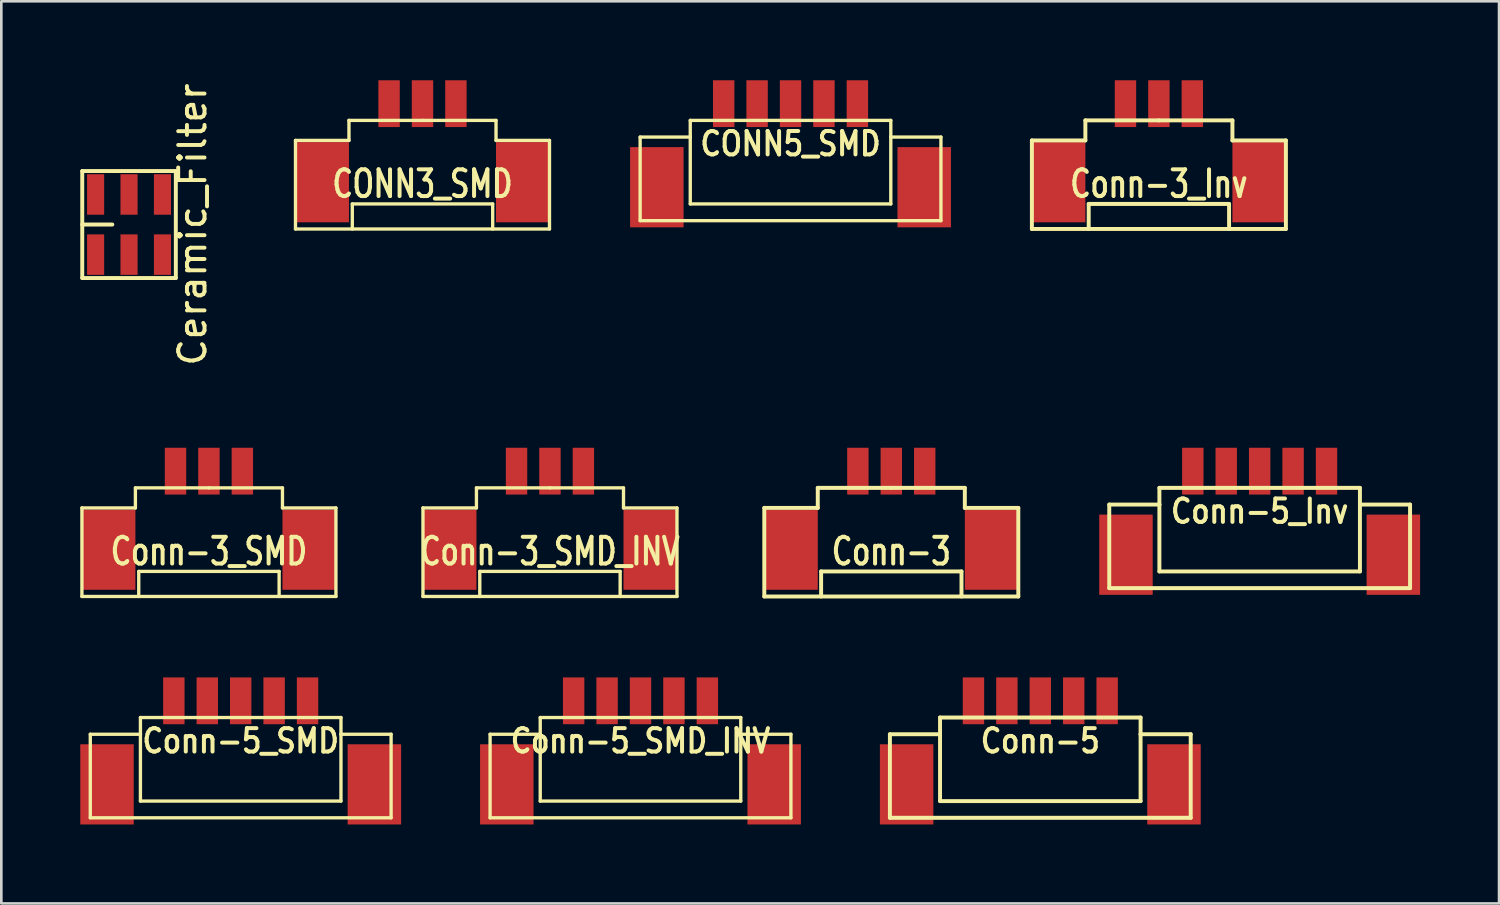
<source format=kicad_pcb>
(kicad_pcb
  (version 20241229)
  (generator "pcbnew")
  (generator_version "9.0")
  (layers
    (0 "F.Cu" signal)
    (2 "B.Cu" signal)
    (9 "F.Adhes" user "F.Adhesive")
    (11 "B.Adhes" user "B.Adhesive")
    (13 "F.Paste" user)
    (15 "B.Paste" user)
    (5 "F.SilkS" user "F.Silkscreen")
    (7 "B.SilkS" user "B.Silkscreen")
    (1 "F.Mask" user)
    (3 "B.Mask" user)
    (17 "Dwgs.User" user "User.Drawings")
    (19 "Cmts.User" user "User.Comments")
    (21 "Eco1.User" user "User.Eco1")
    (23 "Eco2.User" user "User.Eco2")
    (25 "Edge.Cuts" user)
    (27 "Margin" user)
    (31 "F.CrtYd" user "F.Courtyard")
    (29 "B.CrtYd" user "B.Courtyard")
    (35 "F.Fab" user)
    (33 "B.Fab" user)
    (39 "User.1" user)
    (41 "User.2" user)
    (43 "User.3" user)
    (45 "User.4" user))
  (footprint "Conn-3_Inv"
    (layer "F.Cu")
    (at 40.986 4.318)
    (property "Reference" "Conn-3_Inv" (at 0 -0.381 0) (layer "F.SilkS") (effects (font (size 1.016 0.762) (thickness 0.152))))
    (attr smd)
    (fp_line (start -4.826 -2.032) (end -2.794 -2.032) (stroke (width 0.15) (type solid)) (layer "F.SilkS"))
    (fp_line (start -4.826 1.333) (end -4.826 -2.032) (stroke (width 0.15) (type solid)) (layer "F.SilkS"))
    (fp_line (start -2.794 -2.794) (end 0 -2.794) (stroke (width 0.15) (type solid)) (layer "F.SilkS"))
    (fp_line (start -2.794 -2.032) (end -2.794 -2.794) (stroke (width 0.15) (type solid)) (layer "F.SilkS"))
    (fp_line (start -2.667 0.381) (end -2.667 1.333) (stroke (width 0.15) (type solid)) (layer "F.SilkS"))
    (fp_line (start 0 -2.794) (end 2.794 -2.794) (stroke (width 0.15) (type solid)) (layer "F.SilkS"))
    (fp_line (start 2.667 0.381) (end -2.667 0.381) (stroke (width 0.15) (type solid)) (layer "F.SilkS"))
    (fp_line (start 2.667 1.333) (end 2.667 0.381) (stroke (width 0.15) (type solid)) (layer "F.SilkS"))
    (fp_line (start 2.794 -2.794) (end 2.794 -2.032) (stroke (width 0.15) (type solid)) (layer "F.SilkS"))
    (fp_line (start 2.794 -2.032) (end 4.826 -2.032) (stroke (width 0.15) (type solid)) (layer "F.SilkS"))
    (fp_line (start 4.826 -2.032) (end 4.826 1.333) (stroke (width 0.15) (type solid)) (layer "F.SilkS"))
    (fp_line (start 4.826 1.333) (end -4.826 1.333) (stroke (width 0.15) (type solid)) (layer "F.SilkS"))
    (pad "" smd rect (at -3.81 -0.445) (size 2.032 3.048) (layers "F.Cu" "F.Mask" "F.Paste"))
    (pad "" smd rect (at 3.81 -0.445) (size 2.032 3.048) (layers "F.Cu" "F.Mask" "F.Paste"))
    (pad "1" smd rect (at 1.27 -3.429) (size 0.813 1.778) (layers "F.Cu" "F.Mask" "F.Paste"))
    (pad "2" smd rect (at 0 -3.429) (size 0.813 1.778) (layers "F.Cu" "F.Mask" "F.Paste"))
    (pad "3" smd rect (at -1.27 -3.429) (size 0.813 1.778) (layers "F.Cu" "F.Mask" "F.Paste")))
  (footprint "Ceramic_Filter"
    (layer "F.Cu")
    (at 1.853 5.482)
    (property "Reference" "Ceramic_Filter" (at 2.413 0 90) (layer "F.SilkS") (effects (font (size 1 1) (thickness 0.15))))
    (attr through_hole)
    (fp_line (start -1.778 -2.032) (end 1.778 -2.032) (stroke (width 0.15) (type solid)) (layer "F.SilkS"))
    (fp_line (start -1.778 0) (end -0.635 0) (stroke (width 0.15) (type solid)) (layer "F.SilkS"))
    (fp_line (start -1.778 2.032) (end -1.778 -2.032) (stroke (width 0.15) (type solid)) (layer "F.SilkS"))
    (fp_line (start 1.778 -2.032) (end 1.778 2.032) (stroke (width 0.15) (type solid)) (layer "F.SilkS"))
    (fp_line (start 1.778 2.032) (end -1.778 2.032) (stroke (width 0.15) (type solid)) (layer "F.SilkS"))
    (pad "1" smd rect (at -1.27 1.143) (size 0.65 1.539) (layers "F.Cu" "F.Mask" "F.Paste"))
    (pad "2" smd rect (at 0 1.143) (size 0.65 1.539) (layers "F.Cu" "F.Mask" "F.Paste"))
    (pad "3" smd rect (at 1.27 1.143) (size 0.65 1.539) (layers "F.Cu" "F.Mask" "F.Paste"))
    (pad "4" smd rect (at 1.27 -1.143) (size 0.65 1.539) (layers "F.Cu" "F.Mask" "F.Paste"))
    (pad "5" smd rect (at 0 -1.143) (size 0.65 1.539) (layers "F.Cu" "F.Mask" "F.Paste"))
    (pad "6" smd rect (at -1.27 -1.143) (size 0.65 1.539) (layers "F.Cu" "F.Mask" "F.Paste")))
  (footprint "Conn-5_SMD"
    (layer "F.Cu")
    (at 6.096 23.58)
    (property "Reference" "Conn-5_SMD" (at 0 1.524 0) (layer "F.SilkS") (effects (font (size 0.889 0.762) (thickness 0.152))))
    (attr smd)
    (fp_line (start -5.715 1.27) (end -3.81 1.27) (stroke (width 0.127) (type solid)) (layer "F.SilkS"))
    (fp_line (start -5.715 4.445) (end -5.715 1.27) (stroke (width 0.127) (type solid)) (layer "F.SilkS"))
    (fp_line (start -3.81 0.635) (end 3.81 0.635) (stroke (width 0.127) (type solid)) (layer "F.SilkS"))
    (fp_line (start -3.81 1.27) (end -3.81 0.635) (stroke (width 0.127) (type solid)) (layer "F.SilkS"))
    (fp_line (start -3.81 3.81) (end -3.81 1.27) (stroke (width 0.127) (type solid)) (layer "F.SilkS"))
    (fp_line (start 3.81 0.635) (end 3.81 1.27) (stroke (width 0.127) (type solid)) (layer "F.SilkS"))
    (fp_line (start 3.81 1.27) (end 3.81 3.81) (stroke (width 0.127) (type solid)) (layer "F.SilkS"))
    (fp_line (start 3.81 1.27) (end 5.715 1.27) (stroke (width 0.127) (type solid)) (layer "F.SilkS"))
    (fp_line (start 3.81 3.81) (end -3.81 3.81) (stroke (width 0.127) (type solid)) (layer "F.SilkS"))
    (fp_line (start 5.715 4.445) (end -5.715 4.445) (stroke (width 0.127) (type solid)) (layer "F.SilkS"))
    (fp_line (start 5.715 4.445) (end 5.715 1.27) (stroke (width 0.127) (type solid)) (layer "F.SilkS"))
    (pad "" smd rect (at -5.08 3.175) (size 2.032 3.048) (layers "F.Cu" "F.Mask" "F.Paste"))
    (pad "" smd rect (at 5.08 3.175) (size 2.032 3.048) (layers "F.Cu" "F.Mask" "F.Paste"))
    (pad "1" smd rect (at -2.54 0) (size 0.813 1.778) (layers "F.Cu" "F.Mask" "F.Paste"))
    (pad "2" smd rect (at -1.27 0) (size 0.813 1.778) (layers "F.Cu" "F.Mask" "F.Paste"))
    (pad "3" smd rect (at 0 0) (size 0.813 1.778) (layers "F.Cu" "F.Mask" "F.Paste"))
    (pad "4" smd rect (at 1.27 0) (size 0.813 1.778) (layers "F.Cu" "F.Mask" "F.Paste"))
    (pad "5" smd rect (at 2.54 0) (size 0.813 1.778) (layers "F.Cu" "F.Mask" "F.Paste")))
  (footprint "CONN5_SMD"
    (layer "F.Cu")
    (at 26.989 0.889)
    (property "Reference" "CONN5_SMD" (at 0 1.524 0) (layer "F.SilkS") (effects (font (size 0.889 0.762) (thickness 0.152))))
    (attr smd)
    (fp_line (start -5.715 1.27) (end -3.81 1.27) (stroke (width 0.127) (type solid)) (layer "F.SilkS"))
    (fp_line (start -5.715 4.445) (end -5.715 1.27) (stroke (width 0.127) (type solid)) (layer "F.SilkS"))
    (fp_line (start -3.81 0.635) (end 3.81 0.635) (stroke (width 0.127) (type solid)) (layer "F.SilkS"))
    (fp_line (start -3.81 1.27) (end -3.81 0.635) (stroke (width 0.127) (type solid)) (layer "F.SilkS"))
    (fp_line (start -3.81 3.81) (end -3.81 1.27) (stroke (width 0.127) (type solid)) (layer "F.SilkS"))
    (fp_line (start 3.81 0.635) (end 3.81 1.27) (stroke (width 0.127) (type solid)) (layer "F.SilkS"))
    (fp_line (start 3.81 1.27) (end 3.81 3.81) (stroke (width 0.127) (type solid)) (layer "F.SilkS"))
    (fp_line (start 3.81 1.27) (end 5.715 1.27) (stroke (width 0.127) (type solid)) (layer "F.SilkS"))
    (fp_line (start 3.81 3.81) (end -3.81 3.81) (stroke (width 0.127) (type solid)) (layer "F.SilkS"))
    (fp_line (start 5.715 4.445) (end -5.715 4.445) (stroke (width 0.127) (type solid)) (layer "F.SilkS"))
    (fp_line (start 5.715 4.445) (end 5.715 1.27) (stroke (width 0.127) (type solid)) (layer "F.SilkS"))
    (pad "" smd rect (at -5.08 3.175) (size 2.032 3.048) (layers "F.Cu" "F.Mask" "F.Paste"))
    (pad "" smd rect (at 5.08 3.175) (size 2.032 3.048) (layers "F.Cu" "F.Mask" "F.Paste"))
    (pad "1" smd rect (at -2.54 0) (size 0.813 1.778) (layers "F.Cu" "F.Mask" "F.Paste"))
    (pad "2" smd rect (at -1.27 0) (size 0.813 1.778) (layers "F.Cu" "F.Mask" "F.Paste"))
    (pad "3" smd rect (at 0 0) (size 0.813 1.778) (layers "F.Cu" "F.Mask" "F.Paste"))
    (pad "4" smd rect (at 1.27 0) (size 0.813 1.778) (layers "F.Cu" "F.Mask" "F.Paste"))
    (pad "5" smd rect (at 2.54 0) (size 0.813 1.778) (layers "F.Cu" "F.Mask" "F.Paste")))
  (footprint "Conn-3"
    (layer "F.Cu")
    (at 30.818 18.282)
    (property "Reference" "Conn-3" (at 0 -0.381 0) (layer "F.SilkS") (effects (font (size 1.016 0.762) (thickness 0.152))))
    (attr smd)
    (fp_line (start -4.826 -2.032) (end -2.794 -2.032) (stroke (width 0.15) (type solid)) (layer "F.SilkS"))
    (fp_line (start -4.826 1.333) (end -4.826 -2.032) (stroke (width 0.15) (type solid)) (layer "F.SilkS"))
    (fp_line (start -2.794 -2.794) (end 0 -2.794) (stroke (width 0.15) (type solid)) (layer "F.SilkS"))
    (fp_line (start -2.794 -2.032) (end -2.794 -2.794) (stroke (width 0.15) (type solid)) (layer "F.SilkS"))
    (fp_line (start -2.667 0.381) (end -2.667 1.333) (stroke (width 0.15) (type solid)) (layer "F.SilkS"))
    (fp_line (start 0 -2.794) (end 2.794 -2.794) (stroke (width 0.15) (type solid)) (layer "F.SilkS"))
    (fp_line (start 2.667 0.381) (end -2.667 0.381) (stroke (width 0.15) (type solid)) (layer "F.SilkS"))
    (fp_line (start 2.667 1.333) (end 2.667 0.381) (stroke (width 0.15) (type solid)) (layer "F.SilkS"))
    (fp_line (start 2.794 -2.794) (end 2.794 -2.032) (stroke (width 0.15) (type solid)) (layer "F.SilkS"))
    (fp_line (start 2.794 -2.032) (end 4.826 -2.032) (stroke (width 0.15) (type solid)) (layer "F.SilkS"))
    (fp_line (start 4.826 -2.032) (end 4.826 1.333) (stroke (width 0.15) (type solid)) (layer "F.SilkS"))
    (fp_line (start 4.826 1.333) (end -4.826 1.333) (stroke (width 0.15) (type solid)) (layer "F.SilkS"))
    (pad "" smd rect (at -3.81 -0.445) (size 2.032 3.048) (layers "F.Cu" "F.Mask" "F.Paste"))
    (pad "" smd rect (at 3.81 -0.445) (size 2.032 3.048) (layers "F.Cu" "F.Mask" "F.Paste"))
    (pad "1" smd rect (at -1.27 -3.429) (size 0.813 1.778) (layers "F.Cu" "F.Mask" "F.Paste"))
    (pad "2" smd rect (at 0 -3.429) (size 0.813 1.778) (layers "F.Cu" "F.Mask" "F.Paste"))
    (pad "3" smd rect (at 1.27 -3.429) (size 0.813 1.778) (layers "F.Cu" "F.Mask" "F.Paste")))
  (footprint "Conn-5"
    (layer "F.Cu")
    (at 36.48 23.58)
    (property "Reference" "Conn-5" (at 0 1.524 0) (layer "F.SilkS") (effects (font (size 0.889 0.762) (thickness 0.152))))
    (attr smd)
    (fp_line (start -5.715 1.27) (end -3.81 1.27) (stroke (width 0.15) (type solid)) (layer "F.SilkS"))
    (fp_line (start -5.715 4.445) (end -5.715 1.27) (stroke (width 0.15) (type solid)) (layer "F.SilkS"))
    (fp_line (start -3.81 0.635) (end 3.81 0.635) (stroke (width 0.15) (type solid)) (layer "F.SilkS"))
    (fp_line (start -3.81 1.27) (end -3.81 0.635) (stroke (width 0.15) (type solid)) (layer "F.SilkS"))
    (fp_line (start -3.81 3.81) (end -3.81 1.27) (stroke (width 0.15) (type solid)) (layer "F.SilkS"))
    (fp_line (start 3.81 0.635) (end 3.81 1.27) (stroke (width 0.15) (type solid)) (layer "F.SilkS"))
    (fp_line (start 3.81 1.27) (end 3.81 3.81) (stroke (width 0.15) (type solid)) (layer "F.SilkS"))
    (fp_line (start 3.81 1.27) (end 5.715 1.27) (stroke (width 0.15) (type solid)) (layer "F.SilkS"))
    (fp_line (start 3.81 3.81) (end -3.81 3.81) (stroke (width 0.15) (type solid)) (layer "F.SilkS"))
    (fp_line (start 5.715 4.445) (end -5.715 4.445) (stroke (width 0.15) (type solid)) (layer "F.SilkS"))
    (fp_line (start 5.715 4.445) (end 5.715 1.27) (stroke (width 0.15) (type solid)) (layer "F.SilkS"))
    (pad "" smd rect (at -5.08 3.175) (size 2.032 3.048) (layers "F.Cu" "F.Mask" "F.Paste"))
    (pad "" smd rect (at 5.08 3.175) (size 2.032 3.048) (layers "F.Cu" "F.Mask" "F.Paste"))
    (pad "1" smd rect (at -2.54 0) (size 0.813 1.778) (layers "F.Cu" "F.Mask" "F.Paste"))
    (pad "2" smd rect (at -1.27 0) (size 0.813 1.778) (layers "F.Cu" "F.Mask" "F.Paste"))
    (pad "3" smd rect (at 0 0) (size 0.813 1.778) (layers "F.Cu" "F.Mask" "F.Paste"))
    (pad "4" smd rect (at 1.27 0) (size 0.813 1.778) (layers "F.Cu" "F.Mask" "F.Paste"))
    (pad "5" smd rect (at 2.54 0) (size 0.813 1.778) (layers "F.Cu" "F.Mask" "F.Paste")))
  (footprint "Conn-3_SMD_INV"
    (layer "F.Cu")
    (at 17.848 18.282)
    (property "Reference" "Conn-3_SMD_INV" (at 0 -0.381 0) (layer "F.SilkS") (effects (font (size 1.016 0.762) (thickness 0.152))))
    (attr smd)
    (fp_line (start -4.826 -2.032) (end -2.794 -2.032) (stroke (width 0.127) (type solid)) (layer "F.SilkS"))
    (fp_line (start -4.826 1.333) (end -4.826 -2.032) (stroke (width 0.127) (type solid)) (layer "F.SilkS"))
    (fp_line (start -2.794 -2.794) (end 0 -2.794) (stroke (width 0.127) (type solid)) (layer "F.SilkS"))
    (fp_line (start -2.794 -2.032) (end -2.794 -2.794) (stroke (width 0.127) (type solid)) (layer "F.SilkS"))
    (fp_line (start -2.667 0.381) (end -2.667 1.333) (stroke (width 0.127) (type solid)) (layer "F.SilkS"))
    (fp_line (start 0 -2.794) (end 2.794 -2.794) (stroke (width 0.127) (type solid)) (layer "F.SilkS"))
    (fp_line (start 2.667 0.381) (end -2.667 0.381) (stroke (width 0.127) (type solid)) (layer "F.SilkS"))
    (fp_line (start 2.667 1.333) (end 2.667 0.381) (stroke (width 0.127) (type solid)) (layer "F.SilkS"))
    (fp_line (start 2.794 -2.794) (end 2.794 -2.032) (stroke (width 0.127) (type solid)) (layer "F.SilkS"))
    (fp_line (start 2.794 -2.032) (end 4.826 -2.032) (stroke (width 0.127) (type solid)) (layer "F.SilkS"))
    (fp_line (start 4.826 -2.032) (end 4.826 1.333) (stroke (width 0.127) (type solid)) (layer "F.SilkS"))
    (fp_line (start 4.826 1.333) (end -4.826 1.333) (stroke (width 0.127) (type solid)) (layer "F.SilkS"))
    (pad "" smd rect (at -3.81 -0.445) (size 2.032 3.048) (layers "F.Cu" "F.Mask" "F.Paste"))
    (pad "" smd rect (at 3.81 -0.445) (size 2.032 3.048) (layers "F.Cu" "F.Mask" "F.Paste"))
    (pad "1" smd rect (at 1.27 -3.429) (size 0.813 1.778) (layers "F.Cu" "F.Mask" "F.Paste"))
    (pad "2" smd rect (at 0 -3.429) (size 0.813 1.778) (layers "F.Cu" "F.Mask" "F.Paste"))
    (pad "3" smd rect (at -1.27 -3.429) (size 0.813 1.778) (layers "F.Cu" "F.Mask" "F.Paste")))
  (footprint "Conn-3_SMD"
    (layer "F.Cu")
    (at 4.889 18.282)
    (property "Reference" "Conn-3_SMD" (at 0 -0.381 0) (layer "F.SilkS") (effects (font (size 1.016 0.762) (thickness 0.152))))
    (attr smd)
    (fp_line (start -4.826 -2.032) (end -2.794 -2.032) (stroke (width 0.127) (type solid)) (layer "F.SilkS"))
    (fp_line (start -4.826 1.333) (end -4.826 -2.032) (stroke (width 0.127) (type solid)) (layer "F.SilkS"))
    (fp_line (start -2.794 -2.794) (end 0 -2.794) (stroke (width 0.127) (type solid)) (layer "F.SilkS"))
    (fp_line (start -2.794 -2.032) (end -2.794 -2.794) (stroke (width 0.127) (type solid)) (layer "F.SilkS"))
    (fp_line (start -2.667 0.381) (end -2.667 1.333) (stroke (width 0.127) (type solid)) (layer "F.SilkS"))
    (fp_line (start 0 -2.794) (end 2.794 -2.794) (stroke (width 0.127) (type solid)) (layer "F.SilkS"))
    (fp_line (start 2.667 0.381) (end -2.667 0.381) (stroke (width 0.127) (type solid)) (layer "F.SilkS"))
    (fp_line (start 2.667 1.333) (end 2.667 0.381) (stroke (width 0.127) (type solid)) (layer "F.SilkS"))
    (fp_line (start 2.794 -2.794) (end 2.794 -2.032) (stroke (width 0.127) (type solid)) (layer "F.SilkS"))
    (fp_line (start 2.794 -2.032) (end 4.826 -2.032) (stroke (width 0.127) (type solid)) (layer "F.SilkS"))
    (fp_line (start 4.826 -2.032) (end 4.826 1.333) (stroke (width 0.127) (type solid)) (layer "F.SilkS"))
    (fp_line (start 4.826 1.333) (end -4.826 1.333) (stroke (width 0.127) (type solid)) (layer "F.SilkS"))
    (pad "" smd rect (at -3.81 -0.445) (size 2.032 3.048) (layers "F.Cu" "F.Mask" "F.Paste"))
    (pad "" smd rect (at 3.81 -0.445) (size 2.032 3.048) (layers "F.Cu" "F.Mask" "F.Paste"))
    (pad "1" smd rect (at -1.27 -3.429) (size 0.813 1.778) (layers "F.Cu" "F.Mask" "F.Paste"))
    (pad "2" smd rect (at 0 -3.429) (size 0.813 1.778) (layers "F.Cu" "F.Mask" "F.Paste"))
    (pad "3" smd rect (at 1.27 -3.429) (size 0.813 1.778) (layers "F.Cu" "F.Mask" "F.Paste")))
  (footprint "CONN3_SMD"
    (layer "F.Cu")
    (at 13.004 4.318)
    (property "Reference" "CONN3_SMD" (at 0 -0.381 0) (layer "F.SilkS") (effects (font (size 1.016 0.762) (thickness 0.152))))
    (attr smd)
    (fp_line (start -4.826 -2.032) (end -2.794 -2.032) (stroke (width 0.127) (type solid)) (layer "F.SilkS"))
    (fp_line (start -4.826 1.333) (end -4.826 -2.032) (stroke (width 0.127) (type solid)) (layer "F.SilkS"))
    (fp_line (start -2.794 -2.794) (end 0 -2.794) (stroke (width 0.127) (type solid)) (layer "F.SilkS"))
    (fp_line (start -2.794 -2.032) (end -2.794 -2.794) (stroke (width 0.127) (type solid)) (layer "F.SilkS"))
    (fp_line (start -2.667 0.381) (end -2.667 1.333) (stroke (width 0.127) (type solid)) (layer "F.SilkS"))
    (fp_line (start 0 -2.794) (end 2.794 -2.794) (stroke (width 0.127) (type solid)) (layer "F.SilkS"))
    (fp_line (start 2.667 0.381) (end -2.667 0.381) (stroke (width 0.127) (type solid)) (layer "F.SilkS"))
    (fp_line (start 2.667 1.333) (end 2.667 0.381) (stroke (width 0.127) (type solid)) (layer "F.SilkS"))
    (fp_line (start 2.794 -2.794) (end 2.794 -2.032) (stroke (width 0.127) (type solid)) (layer "F.SilkS"))
    (fp_line (start 2.794 -2.032) (end 4.826 -2.032) (stroke (width 0.127) (type solid)) (layer "F.SilkS"))
    (fp_line (start 4.826 -2.032) (end 4.826 1.333) (stroke (width 0.127) (type solid)) (layer "F.SilkS"))
    (fp_line (start 4.826 1.333) (end -4.826 1.333) (stroke (width 0.127) (type solid)) (layer "F.SilkS"))
    (pad "" smd rect (at -3.81 -0.445) (size 2.032 3.048) (layers "F.Cu" "F.Mask" "F.Paste"))
    (pad "" smd rect (at 3.81 -0.445) (size 2.032 3.048) (layers "F.Cu" "F.Mask" "F.Paste"))
    (pad "1" smd rect (at -1.27 -3.429) (size 0.813 1.778) (layers "F.Cu" "F.Mask" "F.Paste"))
    (pad "2" smd rect (at 0 -3.429) (size 0.813 1.778) (layers "F.Cu" "F.Mask" "F.Paste"))
    (pad "3" smd rect (at 1.27 -3.429) (size 0.813 1.778) (layers "F.Cu" "F.Mask" "F.Paste")))
  (footprint "Conn-5_Inv"
    (layer "F.Cu")
    (at 44.815 14.853)
    (property "Reference" "Conn-5_Inv" (at 0 1.524 0) (layer "F.SilkS") (effects (font (size 0.889 0.762) (thickness 0.152))))
    (attr smd)
    (fp_line (start -5.715 1.27) (end -3.81 1.27) (stroke (width 0.15) (type solid)) (layer "F.SilkS"))
    (fp_line (start -5.715 4.445) (end -5.715 1.27) (stroke (width 0.15) (type solid)) (layer "F.SilkS"))
    (fp_line (start -3.81 0.635) (end 3.81 0.635) (stroke (width 0.15) (type solid)) (layer "F.SilkS"))
    (fp_line (start -3.81 1.27) (end -3.81 0.635) (stroke (width 0.15) (type solid)) (layer "F.SilkS"))
    (fp_line (start -3.81 3.81) (end -3.81 1.27) (stroke (width 0.15) (type solid)) (layer "F.SilkS"))
    (fp_line (start 3.81 0.635) (end 3.81 1.27) (stroke (width 0.15) (type solid)) (layer "F.SilkS"))
    (fp_line (start 3.81 1.27) (end 3.81 3.81) (stroke (width 0.15) (type solid)) (layer "F.SilkS"))
    (fp_line (start 3.81 1.27) (end 5.715 1.27) (stroke (width 0.15) (type solid)) (layer "F.SilkS"))
    (fp_line (start 3.81 3.81) (end -3.81 3.81) (stroke (width 0.15) (type solid)) (layer "F.SilkS"))
    (fp_line (start 5.715 4.445) (end -5.715 4.445) (stroke (width 0.15) (type solid)) (layer "F.SilkS"))
    (fp_line (start 5.715 4.445) (end 5.715 1.27) (stroke (width 0.15) (type solid)) (layer "F.SilkS"))
    (pad "" smd rect (at -5.08 3.175) (size 2.032 3.048) (layers "F.Cu" "F.Mask" "F.Paste"))
    (pad "" smd rect (at 5.08 3.175) (size 2.032 3.048) (layers "F.Cu" "F.Mask" "F.Paste"))
    (pad "1" smd rect (at -2.54 0) (size 0.813 1.778) (layers "F.Cu" "F.Mask" "F.Paste"))
    (pad "2" smd rect (at -1.27 0) (size 0.813 1.778) (layers "F.Cu" "F.Mask" "F.Paste"))
    (pad "3" smd rect (at 0 0) (size 0.813 1.778) (layers "F.Cu" "F.Mask" "F.Paste"))
    (pad "4" smd rect (at 1.27 0) (size 0.813 1.778) (layers "F.Cu" "F.Mask" "F.Paste"))
    (pad "5" smd rect (at 2.54 0) (size 0.813 1.778) (layers "F.Cu" "F.Mask" "F.Paste")))
  (footprint "Conn-5_SMD_INV"
    (layer "F.Cu")
    (at 21.288 23.58)
    (property "Reference" "Conn-5_SMD_INV" (at 0 1.524 0) (layer "F.SilkS") (effects (font (size 0.889 0.762) (thickness 0.152))))
    (attr smd)
    (fp_line (start -5.715 1.27) (end -3.81 1.27) (stroke (width 0.127) (type solid)) (layer "F.SilkS"))
    (fp_line (start -5.715 4.445) (end -5.715 1.27) (stroke (width 0.127) (type solid)) (layer "F.SilkS"))
    (fp_line (start -3.81 0.635) (end 3.81 0.635) (stroke (width 0.127) (type solid)) (layer "F.SilkS"))
    (fp_line (start -3.81 1.27) (end -3.81 0.635) (stroke (width 0.127) (type solid)) (layer "F.SilkS"))
    (fp_line (start -3.81 3.81) (end -3.81 1.27) (stroke (width 0.127) (type solid)) (layer "F.SilkS"))
    (fp_line (start 3.81 0.635) (end 3.81 1.27) (stroke (width 0.127) (type solid)) (layer "F.SilkS"))
    (fp_line (start 3.81 1.27) (end 3.81 3.81) (stroke (width 0.127) (type solid)) (layer "F.SilkS"))
    (fp_line (start 3.81 1.27) (end 5.715 1.27) (stroke (width 0.127) (type solid)) (layer "F.SilkS"))
    (fp_line (start 3.81 3.81) (end -3.81 3.81) (stroke (width 0.127) (type solid)) (layer "F.SilkS"))
    (fp_line (start 5.715 4.445) (end -5.715 4.445) (stroke (width 0.127) (type solid)) (layer "F.SilkS"))
    (fp_line (start 5.715 4.445) (end 5.715 1.27) (stroke (width 0.127) (type solid)) (layer "F.SilkS"))
    (pad "" smd rect (at -5.08 3.175) (size 2.032 3.048) (layers "F.Cu" "F.Mask" "F.Paste"))
    (pad "" smd rect (at 5.08 3.175) (size 2.032 3.048) (layers "F.Cu" "F.Mask" "F.Paste"))
    (pad "1" smd rect (at -2.54 0) (size 0.813 1.778) (layers "F.Cu" "F.Mask" "F.Paste"))
    (pad "2" smd rect (at -1.27 0) (size 0.813 1.778) (layers "F.Cu" "F.Mask" "F.Paste"))
    (pad "3" smd rect (at 0 0) (size 0.813 1.778) (layers "F.Cu" "F.Mask" "F.Paste"))
    (pad "4" smd rect (at 1.27 0) (size 0.813 1.778) (layers "F.Cu" "F.Mask" "F.Paste"))
    (pad "5" smd rect (at 2.54 0) (size 0.813 1.778) (layers "F.Cu" "F.Mask" "F.Paste")))
  (gr_rect
    (start -3 -3)
    (end 53.911 31.279)
    (stroke (width 0.1) (type default))
    (fill no)
    (layer "Edge.Cuts")))
</source>
